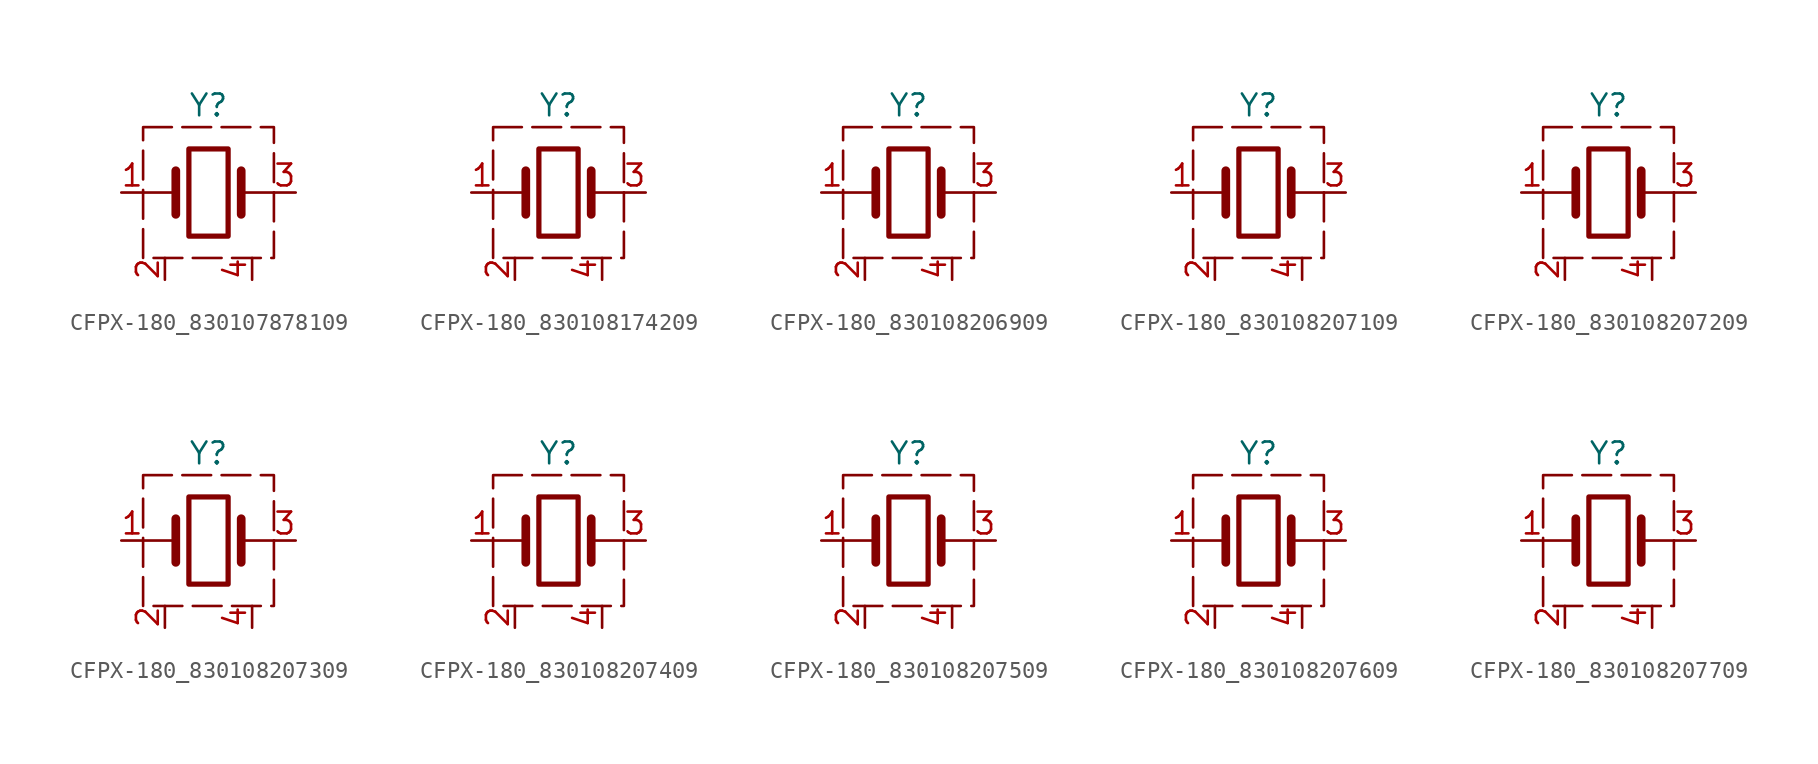
<source format=kicad_sym>
(kicad_symbol_lib
  (version 20220914)
  (generator kicad_symbol_editor)
  (symbol "CFPX-180_830107878109"
    (pin_names hide)
    (property "Reference" "Y"
      (at 0 5.08 0)
      (effects (font (size 1.27 1.27))))
    (property "Critical Parameter" ""
      (at 0 -5.08 0)
      (effects (font (size 1.27 1.27)) (justify left)))
    (symbol "CFPX-180_830107878109_0_1"
      (rectangle (start -1.143 2.54) (end 1.143 -2.54) (stroke (width 0.305) (type default)) (fill (type none)))
      (polyline (pts (xy -3.81 0) (xy -1.905 0)) (stroke (width 0) (type default)) (fill (type none)))
      (polyline (pts (xy -1.905 -1.27) (xy -1.905 1.27)) (stroke (width 0.508) (type default)) (fill (type none)))
      (polyline (pts (xy 1.905 -1.27) (xy 1.905 1.27)) (stroke (width 0.508) (type default)) (fill (type none)))
      (polyline (pts (xy 3.81 0) (xy 1.905 0)) (stroke (width 0) (type default)) (fill (type none))))
    (symbol "CFPX-180_830107878109_1_1"
      (rectangle (start -3.81 3.81) (end 3.81 -3.81) (stroke (width 0) (type dash)) (fill (type none)))
      (pin passive line (at -5.08 0 0) (length 1.27) (name "1" (effects (font (size 1.27 1.27)))) (number "1" (effects (font (size 1.27 1.27)))))
      (pin passive line (at -2.54 -5.08 90) (length 1.27) (name "GND" (effects (font (size 1.27 1.27)))) (number "2" (effects (font (size 1.27 1.27)))))
      (pin passive line (at 5.08 0 180) (length 1.27) (name "3" (effects (font (size 1.27 1.27)))) (number "3" (effects (font (size 1.27 1.27)))))
      (pin passive line (at 2.54 -5.08 90) (length 1.27) (name "GND1" (effects (font (size 1.27 1.27)))) (number "4" (effects (font (size 1.27 1.27)))))))
  (symbol "CFPX-180_830108174209"
    (pin_names hide)
    (property "Reference" "Y"
      (at 0 5.08 0)
      (effects (font (size 1.27 1.27))))
    (property "Critical Parameter" ""
      (at 0 -5.08 0)
      (effects (font (size 1.27 1.27)) (justify left)))
    (symbol "CFPX-180_830108174209_0_1"
      (rectangle (start -1.143 2.54) (end 1.143 -2.54) (stroke (width 0.305) (type default)) (fill (type none)))
      (polyline (pts (xy -3.81 0) (xy -1.905 0)) (stroke (width 0) (type default)) (fill (type none)))
      (polyline (pts (xy -1.905 -1.27) (xy -1.905 1.27)) (stroke (width 0.508) (type default)) (fill (type none)))
      (polyline (pts (xy 1.905 -1.27) (xy 1.905 1.27)) (stroke (width 0.508) (type default)) (fill (type none)))
      (polyline (pts (xy 3.81 0) (xy 1.905 0)) (stroke (width 0) (type default)) (fill (type none))))
    (symbol "CFPX-180_830108174209_1_1"
      (rectangle (start -3.81 3.81) (end 3.81 -3.81) (stroke (width 0) (type dash)) (fill (type none)))
      (pin passive line (at -5.08 0 0) (length 1.27) (name "1" (effects (font (size 1.27 1.27)))) (number "1" (effects (font (size 1.27 1.27)))))
      (pin passive line (at -2.54 -5.08 90) (length 1.27) (name "GND" (effects (font (size 1.27 1.27)))) (number "2" (effects (font (size 1.27 1.27)))))
      (pin passive line (at 5.08 0 180) (length 1.27) (name "3" (effects (font (size 1.27 1.27)))) (number "3" (effects (font (size 1.27 1.27)))))
      (pin passive line (at 2.54 -5.08 90) (length 1.27) (name "GND1" (effects (font (size 1.27 1.27)))) (number "4" (effects (font (size 1.27 1.27)))))))
  (symbol "CFPX-180_830108206909"
    (pin_names hide)
    (property "Reference" "Y"
      (at 0 5.08 0)
      (effects (font (size 1.27 1.27))))
    (property "Critical Parameter" ""
      (at 0 -5.08 0)
      (effects (font (size 1.27 1.27)) (justify left)))
    (symbol "CFPX-180_830108206909_0_1"
      (rectangle (start -1.143 2.54) (end 1.143 -2.54) (stroke (width 0.305) (type default)) (fill (type none)))
      (polyline (pts (xy -3.81 0) (xy -1.905 0)) (stroke (width 0) (type default)) (fill (type none)))
      (polyline (pts (xy -1.905 -1.27) (xy -1.905 1.27)) (stroke (width 0.508) (type default)) (fill (type none)))
      (polyline (pts (xy 1.905 -1.27) (xy 1.905 1.27)) (stroke (width 0.508) (type default)) (fill (type none)))
      (polyline (pts (xy 3.81 0) (xy 1.905 0)) (stroke (width 0) (type default)) (fill (type none))))
    (symbol "CFPX-180_830108206909_1_1"
      (rectangle (start -3.81 3.81) (end 3.81 -3.81) (stroke (width 0) (type dash)) (fill (type none)))
      (pin passive line (at -5.08 0 0) (length 1.27) (name "1" (effects (font (size 1.27 1.27)))) (number "1" (effects (font (size 1.27 1.27)))))
      (pin passive line (at -2.54 -5.08 90) (length 1.27) (name "GND" (effects (font (size 1.27 1.27)))) (number "2" (effects (font (size 1.27 1.27)))))
      (pin passive line (at 5.08 0 180) (length 1.27) (name "3" (effects (font (size 1.27 1.27)))) (number "3" (effects (font (size 1.27 1.27)))))
      (pin passive line (at 2.54 -5.08 90) (length 1.27) (name "GND1" (effects (font (size 1.27 1.27)))) (number "4" (effects (font (size 1.27 1.27)))))))
  (symbol "CFPX-180_830108207109"
    (pin_names hide)
    (property "Reference" "Y"
      (at 0 5.08 0)
      (effects (font (size 1.27 1.27))))
    (property "Critical Parameter" ""
      (at 0 -5.08 0)
      (effects (font (size 1.27 1.27)) (justify left)))
    (symbol "CFPX-180_830108207109_0_1"
      (rectangle (start -1.143 2.54) (end 1.143 -2.54) (stroke (width 0.305) (type default)) (fill (type none)))
      (polyline (pts (xy -3.81 0) (xy -1.905 0)) (stroke (width 0) (type default)) (fill (type none)))
      (polyline (pts (xy -1.905 -1.27) (xy -1.905 1.27)) (stroke (width 0.508) (type default)) (fill (type none)))
      (polyline (pts (xy 1.905 -1.27) (xy 1.905 1.27)) (stroke (width 0.508) (type default)) (fill (type none)))
      (polyline (pts (xy 3.81 0) (xy 1.905 0)) (stroke (width 0) (type default)) (fill (type none))))
    (symbol "CFPX-180_830108207109_1_1"
      (rectangle (start -3.81 3.81) (end 3.81 -3.81) (stroke (width 0) (type dash)) (fill (type none)))
      (pin passive line (at -5.08 0 0) (length 1.27) (name "1" (effects (font (size 1.27 1.27)))) (number "1" (effects (font (size 1.27 1.27)))))
      (pin passive line (at -2.54 -5.08 90) (length 1.27) (name "GND" (effects (font (size 1.27 1.27)))) (number "2" (effects (font (size 1.27 1.27)))))
      (pin passive line (at 5.08 0 180) (length 1.27) (name "3" (effects (font (size 1.27 1.27)))) (number "3" (effects (font (size 1.27 1.27)))))
      (pin passive line (at 2.54 -5.08 90) (length 1.27) (name "GND1" (effects (font (size 1.27 1.27)))) (number "4" (effects (font (size 1.27 1.27)))))))
  (symbol "CFPX-180_830108207209"
    (pin_names hide)
    (property "Reference" "Y"
      (at 0 5.08 0)
      (effects (font (size 1.27 1.27))))
    (property "Critical Parameter" ""
      (at 0 -5.08 0)
      (effects (font (size 1.27 1.27)) (justify left)))
    (symbol "CFPX-180_830108207209_0_1"
      (rectangle (start -1.143 2.54) (end 1.143 -2.54) (stroke (width 0.305) (type default)) (fill (type none)))
      (polyline (pts (xy -3.81 0) (xy -1.905 0)) (stroke (width 0) (type default)) (fill (type none)))
      (polyline (pts (xy -1.905 -1.27) (xy -1.905 1.27)) (stroke (width 0.508) (type default)) (fill (type none)))
      (polyline (pts (xy 1.905 -1.27) (xy 1.905 1.27)) (stroke (width 0.508) (type default)) (fill (type none)))
      (polyline (pts (xy 3.81 0) (xy 1.905 0)) (stroke (width 0) (type default)) (fill (type none))))
    (symbol "CFPX-180_830108207209_1_1"
      (rectangle (start -3.81 3.81) (end 3.81 -3.81) (stroke (width 0) (type dash)) (fill (type none)))
      (pin passive line (at -5.08 0 0) (length 1.27) (name "1" (effects (font (size 1.27 1.27)))) (number "1" (effects (font (size 1.27 1.27)))))
      (pin passive line (at -2.54 -5.08 90) (length 1.27) (name "GND" (effects (font (size 1.27 1.27)))) (number "2" (effects (font (size 1.27 1.27)))))
      (pin passive line (at 5.08 0 180) (length 1.27) (name "3" (effects (font (size 1.27 1.27)))) (number "3" (effects (font (size 1.27 1.27)))))
      (pin passive line (at 2.54 -5.08 90) (length 1.27) (name "GND1" (effects (font (size 1.27 1.27)))) (number "4" (effects (font (size 1.27 1.27)))))))
  (symbol "CFPX-180_830108207309"
    (pin_names hide)
    (property "Reference" "Y"
      (at 0 5.08 0)
      (effects (font (size 1.27 1.27))))
    (property "Critical Parameter" ""
      (at 0 -5.08 0)
      (effects (font (size 1.27 1.27)) (justify left)))
    (symbol "CFPX-180_830108207309_0_1"
      (rectangle (start -1.143 2.54) (end 1.143 -2.54) (stroke (width 0.305) (type default)) (fill (type none)))
      (polyline (pts (xy -3.81 0) (xy -1.905 0)) (stroke (width 0) (type default)) (fill (type none)))
      (polyline (pts (xy -1.905 -1.27) (xy -1.905 1.27)) (stroke (width 0.508) (type default)) (fill (type none)))
      (polyline (pts (xy 1.905 -1.27) (xy 1.905 1.27)) (stroke (width 0.508) (type default)) (fill (type none)))
      (polyline (pts (xy 3.81 0) (xy 1.905 0)) (stroke (width 0) (type default)) (fill (type none))))
    (symbol "CFPX-180_830108207309_1_1"
      (rectangle (start -3.81 3.81) (end 3.81 -3.81) (stroke (width 0) (type dash)) (fill (type none)))
      (pin passive line (at -5.08 0 0) (length 1.27) (name "1" (effects (font (size 1.27 1.27)))) (number "1" (effects (font (size 1.27 1.27)))))
      (pin passive line (at -2.54 -5.08 90) (length 1.27) (name "GND" (effects (font (size 1.27 1.27)))) (number "2" (effects (font (size 1.27 1.27)))))
      (pin passive line (at 5.08 0 180) (length 1.27) (name "3" (effects (font (size 1.27 1.27)))) (number "3" (effects (font (size 1.27 1.27)))))
      (pin passive line (at 2.54 -5.08 90) (length 1.27) (name "GND1" (effects (font (size 1.27 1.27)))) (number "4" (effects (font (size 1.27 1.27)))))))
  (symbol "CFPX-180_830108207409"
    (pin_names hide)
    (property "Reference" "Y"
      (at 0 5.08 0)
      (effects (font (size 1.27 1.27))))
    (property "Critical Parameter" ""
      (at 0 -5.08 0)
      (effects (font (size 1.27 1.27)) (justify left)))
    (symbol "CFPX-180_830108207409_0_1"
      (rectangle (start -1.143 2.54) (end 1.143 -2.54) (stroke (width 0.305) (type default)) (fill (type none)))
      (polyline (pts (xy -3.81 0) (xy -1.905 0)) (stroke (width 0) (type default)) (fill (type none)))
      (polyline (pts (xy -1.905 -1.27) (xy -1.905 1.27)) (stroke (width 0.508) (type default)) (fill (type none)))
      (polyline (pts (xy 1.905 -1.27) (xy 1.905 1.27)) (stroke (width 0.508) (type default)) (fill (type none)))
      (polyline (pts (xy 3.81 0) (xy 1.905 0)) (stroke (width 0) (type default)) (fill (type none))))
    (symbol "CFPX-180_830108207409_1_1"
      (rectangle (start -3.81 3.81) (end 3.81 -3.81) (stroke (width 0) (type dash)) (fill (type none)))
      (pin passive line (at -5.08 0 0) (length 1.27) (name "1" (effects (font (size 1.27 1.27)))) (number "1" (effects (font (size 1.27 1.27)))))
      (pin passive line (at -2.54 -5.08 90) (length 1.27) (name "GND" (effects (font (size 1.27 1.27)))) (number "2" (effects (font (size 1.27 1.27)))))
      (pin passive line (at 5.08 0 180) (length 1.27) (name "3" (effects (font (size 1.27 1.27)))) (number "3" (effects (font (size 1.27 1.27)))))
      (pin passive line (at 2.54 -5.08 90) (length 1.27) (name "GND1" (effects (font (size 1.27 1.27)))) (number "4" (effects (font (size 1.27 1.27)))))))
  (symbol "CFPX-180_830108207509"
    (pin_names hide)
    (property "Reference" "Y"
      (at 0 5.08 0)
      (effects (font (size 1.27 1.27))))
    (property "Critical Parameter" ""
      (at 0 -5.08 0)
      (effects (font (size 1.27 1.27)) (justify left)))
    (symbol "CFPX-180_830108207509_0_1"
      (rectangle (start -1.143 2.54) (end 1.143 -2.54) (stroke (width 0.305) (type default)) (fill (type none)))
      (polyline (pts (xy -3.81 0) (xy -1.905 0)) (stroke (width 0) (type default)) (fill (type none)))
      (polyline (pts (xy -1.905 -1.27) (xy -1.905 1.27)) (stroke (width 0.508) (type default)) (fill (type none)))
      (polyline (pts (xy 1.905 -1.27) (xy 1.905 1.27)) (stroke (width 0.508) (type default)) (fill (type none)))
      (polyline (pts (xy 3.81 0) (xy 1.905 0)) (stroke (width 0) (type default)) (fill (type none))))
    (symbol "CFPX-180_830108207509_1_1"
      (rectangle (start -3.81 3.81) (end 3.81 -3.81) (stroke (width 0) (type dash)) (fill (type none)))
      (pin passive line (at -5.08 0 0) (length 1.27) (name "1" (effects (font (size 1.27 1.27)))) (number "1" (effects (font (size 1.27 1.27)))))
      (pin passive line (at -2.54 -5.08 90) (length 1.27) (name "GND" (effects (font (size 1.27 1.27)))) (number "2" (effects (font (size 1.27 1.27)))))
      (pin passive line (at 5.08 0 180) (length 1.27) (name "3" (effects (font (size 1.27 1.27)))) (number "3" (effects (font (size 1.27 1.27)))))
      (pin passive line (at 2.54 -5.08 90) (length 1.27) (name "GND1" (effects (font (size 1.27 1.27)))) (number "4" (effects (font (size 1.27 1.27)))))))
  (symbol "CFPX-180_830108207609"
    (pin_names hide)
    (property "Reference" "Y"
      (at 0 5.08 0)
      (effects (font (size 1.27 1.27))))
    (property "Critical Parameter" ""
      (at 0 -5.08 0)
      (effects (font (size 1.27 1.27)) (justify left)))
    (symbol "CFPX-180_830108207609_0_1"
      (rectangle (start -1.143 2.54) (end 1.143 -2.54) (stroke (width 0.305) (type default)) (fill (type none)))
      (polyline (pts (xy -3.81 0) (xy -1.905 0)) (stroke (width 0) (type default)) (fill (type none)))
      (polyline (pts (xy -1.905 -1.27) (xy -1.905 1.27)) (stroke (width 0.508) (type default)) (fill (type none)))
      (polyline (pts (xy 1.905 -1.27) (xy 1.905 1.27)) (stroke (width 0.508) (type default)) (fill (type none)))
      (polyline (pts (xy 3.81 0) (xy 1.905 0)) (stroke (width 0) (type default)) (fill (type none))))
    (symbol "CFPX-180_830108207609_1_1"
      (rectangle (start -3.81 3.81) (end 3.81 -3.81) (stroke (width 0) (type dash)) (fill (type none)))
      (pin passive line (at -5.08 0 0) (length 1.27) (name "1" (effects (font (size 1.27 1.27)))) (number "1" (effects (font (size 1.27 1.27)))))
      (pin passive line (at -2.54 -5.08 90) (length 1.27) (name "GND" (effects (font (size 1.27 1.27)))) (number "2" (effects (font (size 1.27 1.27)))))
      (pin passive line (at 5.08 0 180) (length 1.27) (name "3" (effects (font (size 1.27 1.27)))) (number "3" (effects (font (size 1.27 1.27)))))
      (pin passive line (at 2.54 -5.08 90) (length 1.27) (name "GND1" (effects (font (size 1.27 1.27)))) (number "4" (effects (font (size 1.27 1.27)))))))
  (symbol "CFPX-180_830108207709"
    (pin_names hide)
    (property "Reference" "Y"
      (at 0 5.08 0)
      (effects (font (size 1.27 1.27))))
    (property "Critical Parameter" ""
      (at 0 -5.08 0)
      (effects (font (size 1.27 1.27)) (justify left)))
    (symbol "CFPX-180_830108207709_0_1"
      (rectangle (start -1.143 2.54) (end 1.143 -2.54) (stroke (width 0.305) (type default)) (fill (type none)))
      (polyline (pts (xy -3.81 0) (xy -1.905 0)) (stroke (width 0) (type default)) (fill (type none)))
      (polyline (pts (xy -1.905 -1.27) (xy -1.905 1.27)) (stroke (width 0.508) (type default)) (fill (type none)))
      (polyline (pts (xy 1.905 -1.27) (xy 1.905 1.27)) (stroke (width 0.508) (type default)) (fill (type none)))
      (polyline (pts (xy 3.81 0) (xy 1.905 0)) (stroke (width 0) (type default)) (fill (type none))))
    (symbol "CFPX-180_830108207709_1_1"
      (rectangle (start -3.81 3.81) (end 3.81 -3.81) (stroke (width 0) (type dash)) (fill (type none)))
      (pin passive line (at -5.08 0 0) (length 1.27) (name "1" (effects (font (size 1.27 1.27)))) (number "1" (effects (font (size 1.27 1.27)))))
      (pin passive line (at -2.54 -5.08 90) (length 1.27) (name "GND" (effects (font (size 1.27 1.27)))) (number "2" (effects (font (size 1.27 1.27)))))
      (pin passive line (at 5.08 0 180) (length 1.27) (name "3" (effects (font (size 1.27 1.27)))) (number "3" (effects (font (size 1.27 1.27)))))
      (pin passive line (at 2.54 -5.08 90) (length 1.27) (name "GND1" (effects (font (size 1.27 1.27)))) (number "4" (effects (font (size 1.27 1.27))))))))
</source>
